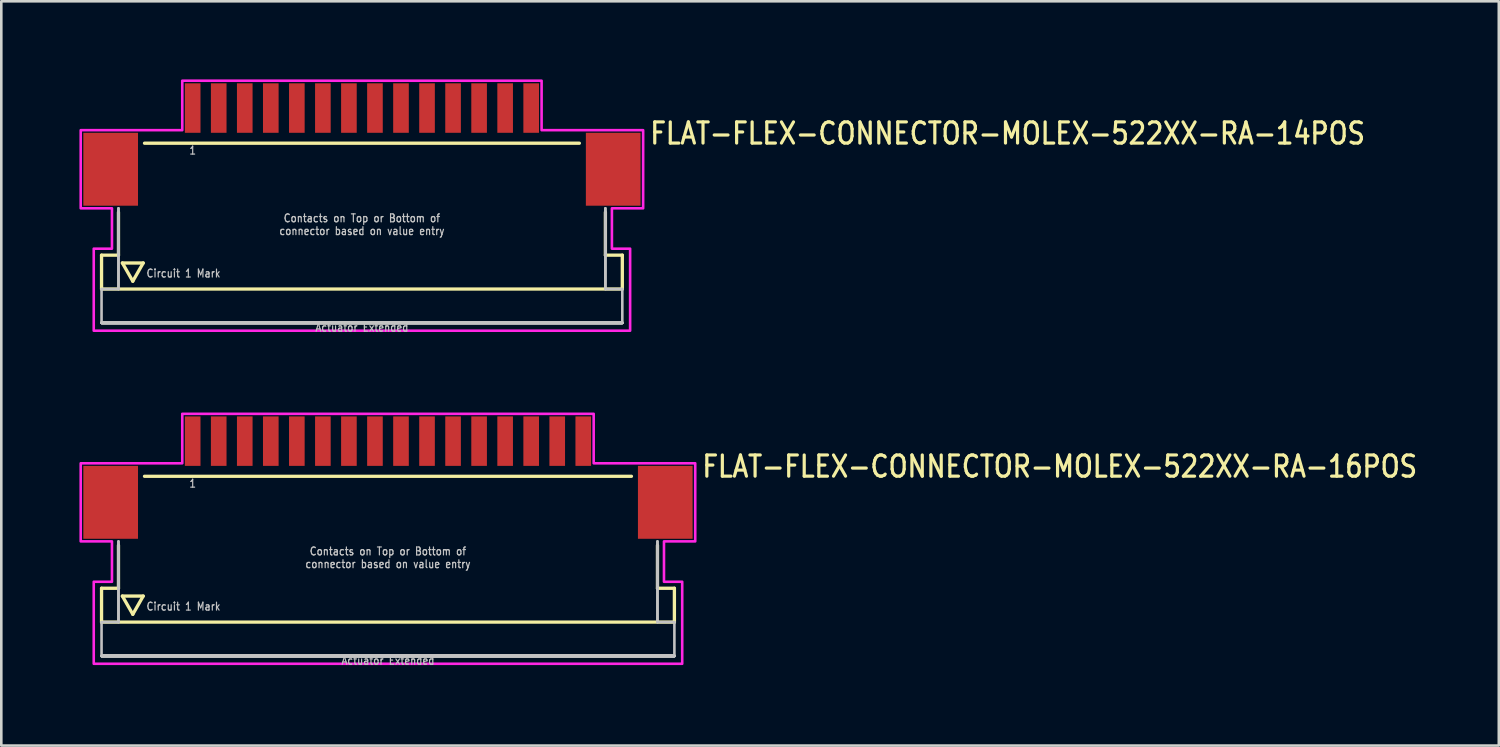
<source format=kicad_pcb>
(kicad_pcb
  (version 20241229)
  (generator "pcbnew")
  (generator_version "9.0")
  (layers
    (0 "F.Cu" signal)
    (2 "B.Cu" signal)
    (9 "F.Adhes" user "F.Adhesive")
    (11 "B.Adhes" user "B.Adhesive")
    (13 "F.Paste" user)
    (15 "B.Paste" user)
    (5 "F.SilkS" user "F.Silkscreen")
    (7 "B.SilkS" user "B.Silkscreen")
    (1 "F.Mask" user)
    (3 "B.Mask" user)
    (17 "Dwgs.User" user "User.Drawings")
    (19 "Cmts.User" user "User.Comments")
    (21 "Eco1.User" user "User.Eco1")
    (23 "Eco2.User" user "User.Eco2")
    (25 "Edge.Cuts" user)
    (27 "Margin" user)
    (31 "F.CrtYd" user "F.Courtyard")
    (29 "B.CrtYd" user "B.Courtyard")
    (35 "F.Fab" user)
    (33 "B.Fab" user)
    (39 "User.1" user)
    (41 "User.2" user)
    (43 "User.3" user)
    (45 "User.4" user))
  (footprint "FLAT-FLEX-CONNECTOR-MOLEX-522XX-RA-14POS"
    (layer "F.Cu")
    (at 10.85 2.05)
    (property "Reference" "FLAT-FLEX-CONNECTOR-MOLEX-522XX-RA-14POS" (at 11 0.5 0) (unlocked yes) (layer "F.SilkS") (effects (font (size 0.813 0.695) (thickness 0.122)) (justify left bottom)))
    (fp_line (start -10 4.7) (end -10 6) (stroke (width 0.127) (type solid)) (layer "F.SilkS"))
    (fp_line (start -10 6) (end 10 6) (stroke (width 0.127) (type solid)) (layer "F.SilkS"))
    (fp_line (start -9.35 3.05) (end -9.35 4.7) (stroke (width 0.127) (type solid)) (layer "F.SilkS"))
    (fp_line (start -9.35 4.7) (end -10 4.7) (stroke (width 0.127) (type solid)) (layer "F.SilkS"))
    (fp_line (start -9.2 5) (end -8.4 5) (stroke (width 0.127) (type solid)) (layer "F.SilkS"))
    (fp_line (start -8.8 5.7) (end -9.2 5) (stroke (width 0.127) (type solid)) (layer "F.SilkS"))
    (fp_line (start -8.4 5) (end -8.8 5.7) (stroke (width 0.127) (type solid)) (layer "F.SilkS"))
    (fp_line (start -8.35 0.4) (end 8.35 0.4) (stroke (width 0.127) (type solid)) (layer "F.SilkS"))
    (fp_line (start 9.35 3.05) (end 9.35 4.7) (stroke (width 0.127) (type solid)) (layer "F.SilkS"))
    (fp_line (start 10 4.7) (end 9.35 4.7) (stroke (width 0.127) (type solid)) (layer "F.SilkS"))
    (fp_line (start 10 6) (end 10 4.7) (stroke (width 0.127) (type solid)) (layer "F.SilkS"))
    (fp_line (start -10 6) (end -10 7.3) (stroke (width 0.1) (type solid)) (layer "Dwgs.User"))
    (fp_line (start -10 7.3) (end 10 7.3) (stroke (width 0.1) (type solid)) (layer "Dwgs.User"))
    (fp_line (start -10 7.3) (end 10 7.3) (stroke (width 0.1) (type solid)) (layer "Dwgs.User"))
    (fp_line (start -10 7.3) (end 10 7.3) (stroke (width 0.1) (type solid)) (layer "Dwgs.User"))
    (fp_line (start -10 7.3) (end 10 7.3) (stroke (width 0.1) (type solid)) (layer "Dwgs.User"))
    (fp_line (start -10 7.3) (end 10 7.3) (stroke (width 0.1) (type solid)) (layer "Dwgs.User"))
    (fp_line (start -10 7.3) (end 10 7.3) (stroke (width 0.1) (type solid)) (layer "Dwgs.User"))
    (fp_line (start -10 7.3) (end 10 7.3) (stroke (width 0.1) (type solid)) (layer "Dwgs.User"))
    (fp_line (start -10 7.3) (end 10 7.3) (stroke (width 0.1) (type solid)) (layer "Dwgs.User"))
    (fp_line (start -10 7.3) (end 10 7.3) (stroke (width 0.1) (type solid)) (layer "Dwgs.User"))
    (fp_line (start -10 7.3) (end 10 7.3) (stroke (width 0.1) (type solid)) (layer "Dwgs.User"))
    (fp_line (start -9.35 2.9) (end -9.35 6) (stroke (width 0.1) (type solid)) (layer "Dwgs.User"))
    (fp_line (start -9.35 2.9) (end -9.35 6) (stroke (width 0.1) (type solid)) (layer "Dwgs.User"))
    (fp_line (start -9.35 6) (end -10 6) (stroke (width 0.1) (type solid)) (layer "Dwgs.User"))
    (fp_line (start 9.35 2.9) (end 9.35 6) (stroke (width 0.1) (type solid)) (layer "Dwgs.User"))
    (fp_line (start 9.35 2.9) (end 9.35 6) (stroke (width 0.1) (type solid)) (layer "Dwgs.User"))
    (fp_line (start 10 6) (end 9.35 6) (stroke (width 0.1) (type solid)) (layer "Dwgs.User"))
    (fp_line (start 10 7.3) (end 10 6) (stroke (width 0.1) (type solid)) (layer "Dwgs.User"))
    (fp_poly (pts (xy -10.8 2.9) (xy -10.8 -0.1) (xy -6.9 -0.1) (xy -6.9 -2) (xy 6.9 -2) (xy 6.9 -0.1) (xy 10.8 -0.1) (xy 10.8 2.9) (xy 9.6 2.9) (xy 9.6 4.45) (xy 10.3 4.45) (xy 10.3 7.6) (xy -10.3 7.6) (xy -10.3 4.45) (xy -9.6 4.45) (xy -9.6 2.9)) (stroke (width 0.1) (type solid)) (fill no) (layer "F.CrtYd"))
    (fp_text user "Contacts on Top or Bottom of\nconnector based on value entry" (at 0 3.95 0) (unlocked yes) (layer "Dwgs.User") (effects (font (size 0.305 0.261) (thickness 0.046)) (justify bottom)))
    (fp_text user "Circuit 1 Mark" (at -8.3 5.4 0) (unlocked yes) (layer "Dwgs.User") (effects (font (size 0.305 0.261) (thickness 0.046)) (justify left)))
    (fp_text user "Actuator Extended" (at 0 7.3 0) (unlocked yes) (layer "Dwgs.User") (effects (font (size 0.305 0.261) (thickness 0.046)) (justify top)))
    (fp_text user "1" (at -6.5 0.5 0) (unlocked yes) (layer "Dwgs.User") (effects (font (size 0.305 0.261) (thickness 0.046)) (justify top)))
    (pad "1" smd rect (at -6.5 -0.95) (size 0.6 1.9) (layers "F.Cu" "F.Mask" "F.Paste"))
    (pad "2" smd rect (at -5.5 -0.95) (size 0.6 1.9) (layers "F.Cu" "F.Mask" "F.Paste"))
    (pad "3" smd rect (at -4.5 -0.95) (size 0.6 1.9) (layers "F.Cu" "F.Mask" "F.Paste"))
    (pad "4" smd rect (at -3.5 -0.95) (size 0.6 1.9) (layers "F.Cu" "F.Mask" "F.Paste"))
    (pad "5" smd rect (at -2.5 -0.95) (size 0.6 1.9) (layers "F.Cu" "F.Mask" "F.Paste"))
    (pad "6" smd rect (at -1.5 -0.95) (size 0.6 1.9) (layers "F.Cu" "F.Mask" "F.Paste"))
    (pad "7" smd rect (at -0.5 -0.95) (size 0.6 1.9) (layers "F.Cu" "F.Mask" "F.Paste"))
    (pad "8" smd rect (at 0.5 -0.95) (size 0.6 1.9) (layers "F.Cu" "F.Mask" "F.Paste"))
    (pad "9" smd rect (at 1.5 -0.95) (size 0.6 1.9) (layers "F.Cu" "F.Mask" "F.Paste"))
    (pad "10" smd rect (at 2.5 -0.95) (size 0.6 1.9) (layers "F.Cu" "F.Mask" "F.Paste"))
    (pad "11" smd rect (at 3.5 -0.95) (size 0.6 1.9) (layers "F.Cu" "F.Mask" "F.Paste"))
    (pad "12" smd rect (at 4.5 -0.95) (size 0.6 1.9) (layers "F.Cu" "F.Mask" "F.Paste"))
    (pad "13" smd rect (at 5.5 -0.95) (size 0.6 1.9) (layers "F.Cu" "F.Mask" "F.Paste"))
    (pad "14" smd rect (at 6.5 -0.95) (size 0.6 1.9) (layers "F.Cu" "F.Mask" "F.Paste"))
    (pad "M1" smd rect (at -9.65 1.4) (size 2.1 2.8) (layers "F.Cu" "F.Mask" "F.Paste"))
    (pad "M2" smd rect (at 9.65 1.4) (size 2.1 2.8) (layers "F.Cu" "F.Mask" "F.Paste")))
  (footprint "FLAT-FLEX-CONNECTOR-MOLEX-522XX-RA-16POS"
    (layer "F.Cu")
    (at 11.85 14.842)
    (property "Reference" "FLAT-FLEX-CONNECTOR-MOLEX-522XX-RA-16POS" (at 12 0.5 0) (unlocked yes) (layer "F.SilkS") (effects (font (size 0.813 0.695) (thickness 0.122)) (justify left bottom)))
    (fp_line (start -11 4.7) (end -11 6) (stroke (width 0.127) (type solid)) (layer "F.SilkS"))
    (fp_line (start -11 6) (end 11 6) (stroke (width 0.127) (type solid)) (layer "F.SilkS"))
    (fp_line (start -10.35 3.05) (end -10.35 4.7) (stroke (width 0.127) (type solid)) (layer "F.SilkS"))
    (fp_line (start -10.35 4.7) (end -11 4.7) (stroke (width 0.127) (type solid)) (layer "F.SilkS"))
    (fp_line (start -10.2 5) (end -9.4 5) (stroke (width 0.127) (type solid)) (layer "F.SilkS"))
    (fp_line (start -9.8 5.7) (end -10.2 5) (stroke (width 0.127) (type solid)) (layer "F.SilkS"))
    (fp_line (start -9.4 5) (end -9.8 5.7) (stroke (width 0.127) (type solid)) (layer "F.SilkS"))
    (fp_line (start -9.35 0.4) (end 9.35 0.4) (stroke (width 0.127) (type solid)) (layer "F.SilkS"))
    (fp_line (start 10.35 3.05) (end 10.35 4.7) (stroke (width 0.127) (type solid)) (layer "F.SilkS"))
    (fp_line (start 11 4.7) (end 10.35 4.7) (stroke (width 0.127) (type solid)) (layer "F.SilkS"))
    (fp_line (start 11 6) (end 11 4.7) (stroke (width 0.127) (type solid)) (layer "F.SilkS"))
    (fp_line (start -11 6) (end -11 7.3) (stroke (width 0.1) (type solid)) (layer "Dwgs.User"))
    (fp_line (start -11 7.3) (end 11 7.3) (stroke (width 0.1) (type solid)) (layer "Dwgs.User"))
    (fp_line (start -11 7.3) (end 11 7.3) (stroke (width 0.1) (type solid)) (layer "Dwgs.User"))
    (fp_line (start -11 7.3) (end 11 7.3) (stroke (width 0.1) (type solid)) (layer "Dwgs.User"))
    (fp_line (start -11 7.3) (end 11 7.3) (stroke (width 0.1) (type solid)) (layer "Dwgs.User"))
    (fp_line (start -11 7.3) (end 11 7.3) (stroke (width 0.1) (type solid)) (layer "Dwgs.User"))
    (fp_line (start -11 7.3) (end 11 7.3) (stroke (width 0.1) (type solid)) (layer "Dwgs.User"))
    (fp_line (start -11 7.3) (end 11 7.3) (stroke (width 0.1) (type solid)) (layer "Dwgs.User"))
    (fp_line (start -11 7.3) (end 11 7.3) (stroke (width 0.1) (type solid)) (layer "Dwgs.User"))
    (fp_line (start -11 7.3) (end 11 7.3) (stroke (width 0.1) (type solid)) (layer "Dwgs.User"))
    (fp_line (start -11 7.3) (end 11 7.3) (stroke (width 0.1) (type solid)) (layer "Dwgs.User"))
    (fp_line (start -11 7.3) (end 11 7.3) (stroke (width 0.1) (type solid)) (layer "Dwgs.User"))
    (fp_line (start -10.35 2.9) (end -10.35 6) (stroke (width 0.1) (type solid)) (layer "Dwgs.User"))
    (fp_line (start -10.35 2.9) (end -10.35 6) (stroke (width 0.1) (type solid)) (layer "Dwgs.User"))
    (fp_line (start -10.35 6) (end -11 6) (stroke (width 0.1) (type solid)) (layer "Dwgs.User"))
    (fp_line (start 10.35 2.9) (end 10.35 6) (stroke (width 0.1) (type solid)) (layer "Dwgs.User"))
    (fp_line (start 10.35 2.9) (end 10.35 6) (stroke (width 0.1) (type solid)) (layer "Dwgs.User"))
    (fp_line (start 11 6) (end 10.35 6) (stroke (width 0.1) (type solid)) (layer "Dwgs.User"))
    (fp_line (start 11 7.3) (end 11 6) (stroke (width 0.1) (type solid)) (layer "Dwgs.User"))
    (fp_poly (pts (xy -11.8 2.9) (xy -11.8 -0.1) (xy -7.9 -0.1) (xy -7.9 -2) (xy 7.9 -2) (xy 7.9 -0.1) (xy 11.8 -0.1) (xy 11.8 2.9) (xy 10.6 2.9) (xy 10.6 4.45) (xy 11.3 4.45) (xy 11.3 7.6) (xy -11.3 7.6) (xy -11.3 4.45) (xy -10.6 4.45) (xy -10.6 2.9)) (stroke (width 0.1) (type solid)) (fill no) (layer "F.CrtYd"))
    (fp_text user "Contacts on Top or Bottom of\nconnector based on value entry" (at 0 3.95 0) (unlocked yes) (layer "Dwgs.User") (effects (font (size 0.305 0.261) (thickness 0.046)) (justify bottom)))
    (fp_text user "Circuit 1 Mark" (at -9.3 5.4 0) (unlocked yes) (layer "Dwgs.User") (effects (font (size 0.305 0.261) (thickness 0.046)) (justify left)))
    (fp_text user "Actuator Extended" (at 0 7.3 0) (unlocked yes) (layer "Dwgs.User") (effects (font (size 0.305 0.261) (thickness 0.046)) (justify top)))
    (fp_text user "1" (at -7.5 0.5 0) (unlocked yes) (layer "Dwgs.User") (effects (font (size 0.305 0.261) (thickness 0.046)) (justify top)))
    (pad "1" smd rect (at -7.5 -0.95) (size 0.6 1.9) (layers "F.Cu" "F.Mask" "F.Paste"))
    (pad "2" smd rect (at -6.5 -0.95) (size 0.6 1.9) (layers "F.Cu" "F.Mask" "F.Paste"))
    (pad "3" smd rect (at -5.5 -0.95) (size 0.6 1.9) (layers "F.Cu" "F.Mask" "F.Paste"))
    (pad "4" smd rect (at -4.5 -0.95) (size 0.6 1.9) (layers "F.Cu" "F.Mask" "F.Paste"))
    (pad "5" smd rect (at -3.5 -0.95) (size 0.6 1.9) (layers "F.Cu" "F.Mask" "F.Paste"))
    (pad "6" smd rect (at -2.5 -0.95) (size 0.6 1.9) (layers "F.Cu" "F.Mask" "F.Paste"))
    (pad "7" smd rect (at -1.5 -0.95) (size 0.6 1.9) (layers "F.Cu" "F.Mask" "F.Paste"))
    (pad "8" smd rect (at -0.5 -0.95) (size 0.6 1.9) (layers "F.Cu" "F.Mask" "F.Paste"))
    (pad "9" smd rect (at 0.5 -0.95) (size 0.6 1.9) (layers "F.Cu" "F.Mask" "F.Paste"))
    (pad "10" smd rect (at 1.5 -0.95) (size 0.6 1.9) (layers "F.Cu" "F.Mask" "F.Paste"))
    (pad "11" smd rect (at 2.5 -0.95) (size 0.6 1.9) (layers "F.Cu" "F.Mask" "F.Paste"))
    (pad "12" smd rect (at 3.5 -0.95) (size 0.6 1.9) (layers "F.Cu" "F.Mask" "F.Paste"))
    (pad "13" smd rect (at 4.5 -0.95) (size 0.6 1.9) (layers "F.Cu" "F.Mask" "F.Paste"))
    (pad "14" smd rect (at 5.5 -0.95) (size 0.6 1.9) (layers "F.Cu" "F.Mask" "F.Paste"))
    (pad "15" smd rect (at 6.5 -0.95) (size 0.6 1.9) (layers "F.Cu" "F.Mask" "F.Paste"))
    (pad "16" smd rect (at 7.5 -0.95) (size 0.6 1.9) (layers "F.Cu" "F.Mask" "F.Paste"))
    (pad "M1" smd rect (at -10.65 1.4) (size 2.1 2.8) (layers "F.Cu" "F.Mask" "F.Paste"))
    (pad "M2" smd rect (at 10.65 1.4) (size 2.1 2.8) (layers "F.Cu" "F.Mask" "F.Paste")))
  (gr_rect
    (start -3 -3)
    (end 54.511 25.584)
    (stroke (width 0.1) (type default))
    (fill no)
    (layer "Edge.Cuts")))
</source>
